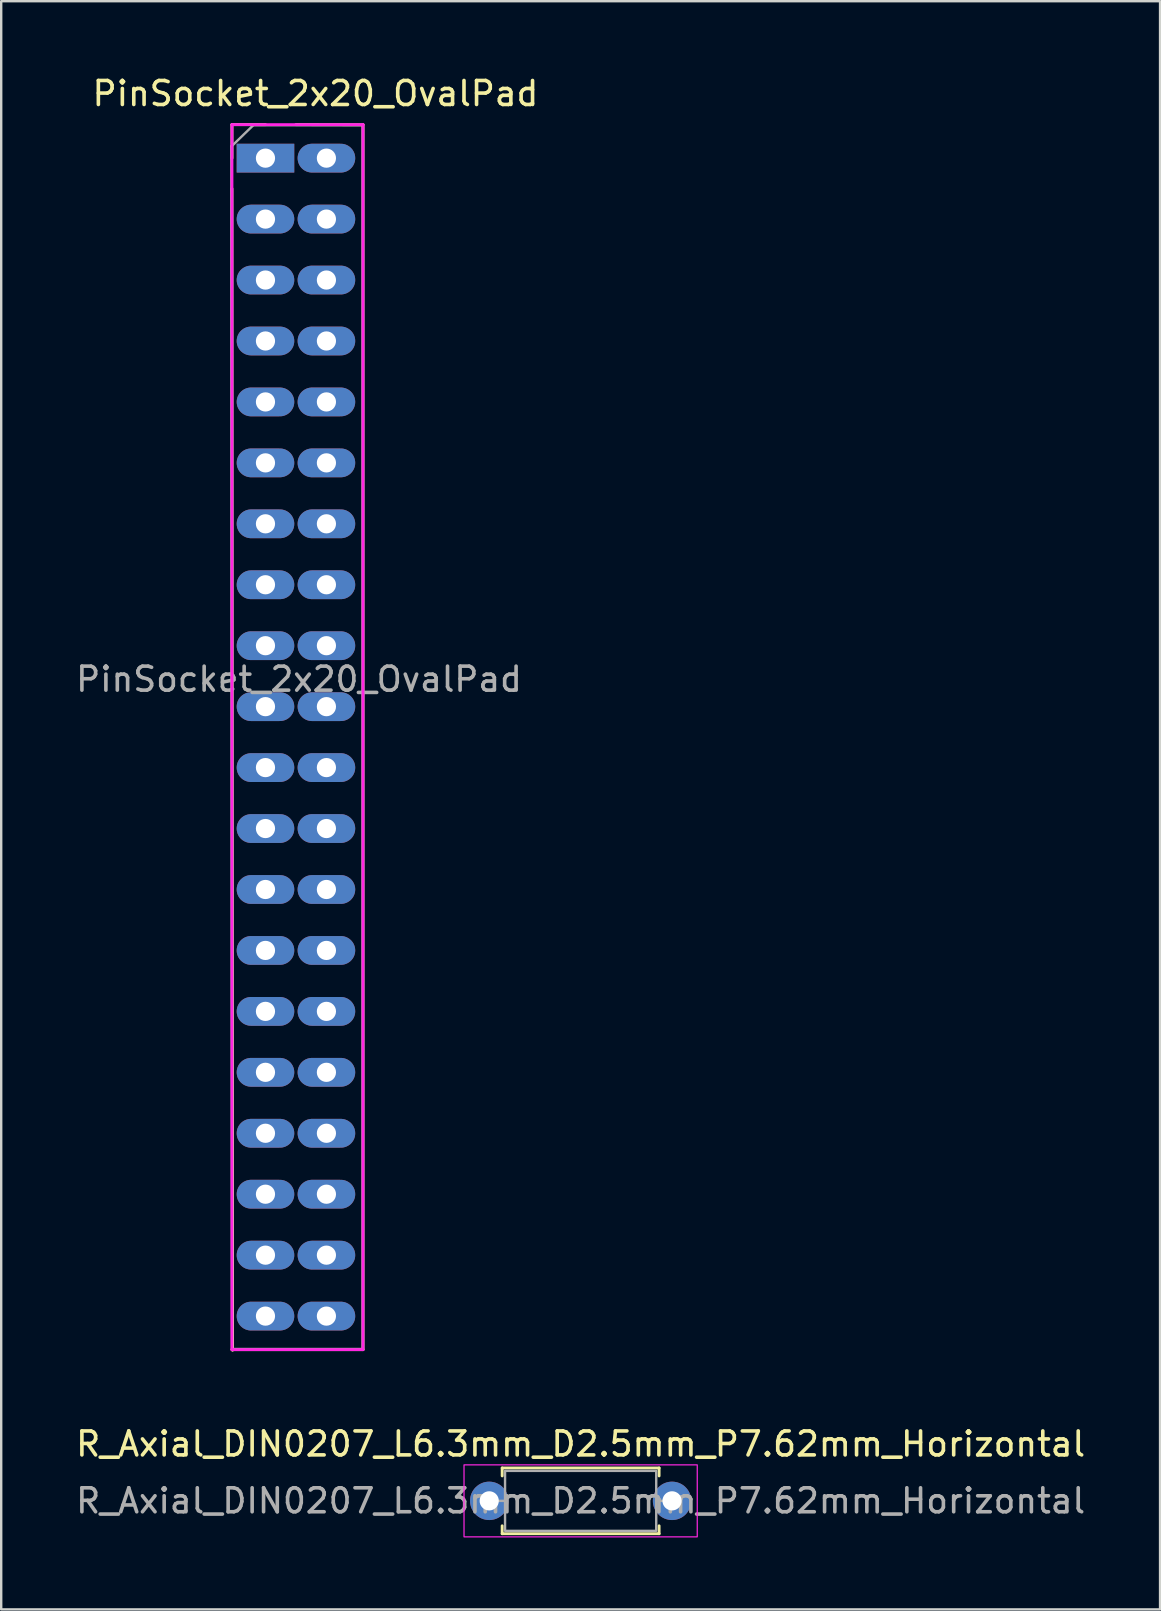
<source format=kicad_pcb>
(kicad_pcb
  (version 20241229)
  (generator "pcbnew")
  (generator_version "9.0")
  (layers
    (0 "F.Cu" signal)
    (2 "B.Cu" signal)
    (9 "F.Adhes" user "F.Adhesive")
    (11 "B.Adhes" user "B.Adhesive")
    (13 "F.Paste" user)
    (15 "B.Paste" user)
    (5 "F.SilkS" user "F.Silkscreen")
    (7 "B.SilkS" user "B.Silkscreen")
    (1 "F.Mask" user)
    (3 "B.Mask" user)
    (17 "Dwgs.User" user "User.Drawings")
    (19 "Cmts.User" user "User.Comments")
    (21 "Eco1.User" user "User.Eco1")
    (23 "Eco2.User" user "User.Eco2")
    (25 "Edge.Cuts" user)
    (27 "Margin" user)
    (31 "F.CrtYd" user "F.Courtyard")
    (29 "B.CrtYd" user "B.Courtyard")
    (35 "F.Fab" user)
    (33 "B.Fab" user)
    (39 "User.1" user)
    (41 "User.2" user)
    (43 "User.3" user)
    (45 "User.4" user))
  (footprint "PinSocket_2x20_OvalPad"
    (layer "F.Cu")
    (at 8.014 3.541)
    (property "Reference" "PinSocket_2x20_OvalPad" (at 2.083 -2.692 0) (layer "F.SilkS") (effects (font (size 1 1) (thickness 0.15))))
    (attr through_hole allow_missing_courtyard)
    (fp_line (start -1.397 -1.397) (end 0 -1.397) (stroke (width 0.12) (type solid)) (layer "F.SilkS"))
    (fp_line (start -1.397 0) (end -1.397 -1.397) (stroke (width 0.12) (type solid)) (layer "F.SilkS"))
    (fp_line (start -1.397 1.27) (end -1.372 49.682) (stroke (width 0.12) (type solid)) (layer "F.SilkS"))
    (fp_line (start -1.397 49.657) (end 4.064 49.657) (stroke (width 0.12) (type solid)) (layer "F.SilkS"))
    (fp_line (start 4.064 -1.397) (end 4.064 49.657) (stroke (width 0.12) (type solid)) (layer "F.SilkS"))
    (fp_line (start 4.064 -1.391) (end 1.27 -1.397) (stroke (width 0.12) (type solid)) (layer "F.SilkS"))
    (fp_line (start -1.397 -1.397) (end -1.397 49.657) (stroke (width 0.12) (type solid)) (layer "F.CrtYd"))
    (fp_line (start -1.397 49.657) (end 4.064 49.657) (stroke (width 0.12) (type solid)) (layer "F.CrtYd"))
    (fp_line (start 4.064 -1.397) (end -1.397 -1.397) (stroke (width 0.12) (type solid)) (layer "F.CrtYd"))
    (fp_line (start 4.064 49.657) (end 4.064 -1.397) (stroke (width 0.12) (type solid)) (layer "F.CrtYd"))
    (fp_line (start -1.422 -0.485) (end -0.508 -1.372) (stroke (width 0.1) (type solid)) (layer "F.Fab"))
    (fp_line (start -1.397 49.632) (end 4.064 49.632) (stroke (width 0.1) (type solid)) (layer "F.Fab"))
    (fp_line (start -1.397 49.632) (end -1.422 -0.508) (stroke (width 0.1) (type solid)) (layer "F.Fab"))
    (fp_line (start 4.064 -1.372) (end -0.508 -1.372) (stroke (width 0.1) (type solid)) (layer "F.Fab"))
    (fp_line (start 4.064 49.632) (end 4.064 -1.321) (stroke (width 0.1) (type solid)) (layer "F.Fab"))
    (fp_text user "${REFERENCE}" (at 1.397 21.717 0) (layer "F.Fab") (effects (font (size 1 1) (thickness 0.15))))
    (pad "1" thru_hole rect (at 0 0) (size 2.4 1.2) (drill 0.8) (layers "*.Cu" "*.Mask"))
    (pad "2" thru_hole oval (at 2.54 0) (size 2.4 1.2) (drill 0.8) (layers "*.Cu" "*.Mask"))
    (pad "3" thru_hole oval (at 0 2.54) (size 2.4 1.2) (drill 0.8) (layers "*.Cu" "*.Mask"))
    (pad "4" thru_hole oval (at 2.54 2.54) (size 2.4 1.2) (drill 0.8) (layers "*.Cu" "*.Mask"))
    (pad "5" thru_hole oval (at 0 5.08) (size 2.4 1.2) (drill 0.8) (layers "*.Cu" "*.Mask"))
    (pad "6" thru_hole oval (at 2.54 5.08) (size 2.4 1.2) (drill 0.8) (layers "*.Cu" "*.Mask"))
    (pad "7" thru_hole oval (at 0 7.62) (size 2.4 1.2) (drill 0.8) (layers "*.Cu" "*.Mask"))
    (pad "8" thru_hole oval (at 2.54 7.62) (size 2.4 1.2) (drill 0.8) (layers "*.Cu" "*.Mask"))
    (pad "9" thru_hole oval (at 0 10.16) (size 2.4 1.2) (drill 0.8) (layers "*.Cu" "*.Mask"))
    (pad "10" thru_hole oval (at 2.54 10.16) (size 2.4 1.2) (drill 0.8) (layers "*.Cu" "*.Mask"))
    (pad "11" thru_hole oval (at 0 12.7) (size 2.4 1.2) (drill 0.8) (layers "*.Cu" "*.Mask"))
    (pad "12" thru_hole oval (at 2.54 12.7) (size 2.4 1.2) (drill 0.8) (layers "*.Cu" "*.Mask"))
    (pad "13" thru_hole oval (at 0 15.24) (size 2.4 1.2) (drill 0.8) (layers "*.Cu" "*.Mask"))
    (pad "14" thru_hole oval (at 2.54 15.24) (size 2.4 1.2) (drill 0.8) (layers "*.Cu" "*.Mask"))
    (pad "15" thru_hole oval (at 0 17.78) (size 2.4 1.2) (drill 0.8) (layers "*.Cu" "*.Mask"))
    (pad "16" thru_hole oval (at 2.54 17.78) (size 2.4 1.2) (drill 0.8) (layers "*.Cu" "*.Mask"))
    (pad "17" thru_hole oval (at 0 20.32) (size 2.4 1.2) (drill 0.8) (layers "*.Cu" "*.Mask"))
    (pad "18" thru_hole oval (at 2.54 20.32) (size 2.4 1.2) (drill 0.8) (layers "*.Cu" "*.Mask"))
    (pad "19" thru_hole oval (at 0 22.86) (size 2.4 1.2) (drill 0.8) (layers "*.Cu" "*.Mask"))
    (pad "20" thru_hole oval (at 2.54 22.86) (size 2.4 1.2) (drill 0.8) (layers "*.Cu" "*.Mask"))
    (pad "21" thru_hole oval (at 0 25.4) (size 2.4 1.2) (drill 0.8) (layers "*.Cu" "*.Mask"))
    (pad "22" thru_hole oval (at 2.54 25.4) (size 2.4 1.2) (drill 0.8) (layers "*.Cu" "*.Mask"))
    (pad "23" thru_hole oval (at 0 27.94) (size 2.4 1.2) (drill 0.8) (layers "*.Cu" "*.Mask"))
    (pad "24" thru_hole oval (at 2.54 27.94) (size 2.4 1.2) (drill 0.8) (layers "*.Cu" "*.Mask"))
    (pad "25" thru_hole oval (at 0 30.48) (size 2.4 1.2) (drill 0.8) (layers "*.Cu" "*.Mask"))
    (pad "26" thru_hole oval (at 2.54 30.48) (size 2.4 1.2) (drill 0.8) (layers "*.Cu" "*.Mask"))
    (pad "27" thru_hole oval (at 0 33.02) (size 2.4 1.2) (drill 0.8) (layers "*.Cu" "*.Mask"))
    (pad "28" thru_hole oval (at 2.54 33.02) (size 2.4 1.2) (drill 0.8) (layers "*.Cu" "*.Mask"))
    (pad "29" thru_hole oval (at 0 35.56) (size 2.4 1.2) (drill 0.8) (layers "*.Cu" "*.Mask"))
    (pad "30" thru_hole oval (at 2.54 35.56) (size 2.4 1.2) (drill 0.8) (layers "*.Cu" "*.Mask"))
    (pad "31" thru_hole oval (at 0 38.1) (size 2.4 1.2) (drill 0.8) (layers "*.Cu" "*.Mask"))
    (pad "32" thru_hole oval (at 2.54 38.1) (size 2.4 1.2) (drill 0.8) (layers "*.Cu" "*.Mask"))
    (pad "33" thru_hole oval (at 0 40.64) (size 2.4 1.2) (drill 0.8) (layers "*.Cu" "*.Mask"))
    (pad "34" thru_hole oval (at 2.54 40.64) (size 2.4 1.2) (drill 0.8) (layers "*.Cu" "*.Mask"))
    (pad "35" thru_hole oval (at 0 43.18) (size 2.4 1.2) (drill 0.8) (layers "*.Cu" "*.Mask"))
    (pad "36" thru_hole oval (at 2.54 43.18) (size 2.4 1.2) (drill 0.8) (layers "*.Cu" "*.Mask"))
    (pad "37" thru_hole oval (at 0 45.72) (size 2.4 1.2) (drill 0.8) (layers "*.Cu" "*.Mask"))
    (pad "38" thru_hole oval (at 2.54 45.72) (size 2.4 1.2) (drill 0.8) (layers "*.Cu" "*.Mask"))
    (pad "39" thru_hole oval (at 0 48.26) (size 2.4 1.2) (drill 0.8) (layers "*.Cu" "*.Mask"))
    (pad "40" thru_hole oval (at 2.54 48.26) (size 2.4 1.2) (drill 0.8) (layers "*.Cu" "*.Mask")))
  (footprint "R_Axial_DIN0207_L6.3mm_D2.5mm_P7.62mm_Horizontal"
    (layer "F.Cu")
    (at 17.339 59.501)
    (property "Reference" "R_Axial_DIN0207_L6.3mm_D2.5mm_P7.62mm_Horizontal" (at 3.81 -2.37 0) (layer "F.SilkS") (effects (font (size 1 1) (thickness 0.15))))
    (attr through_hole)
    (fp_line (start 0.54 -1.37) (end 7.08 -1.37) (stroke (width 0.12) (type solid)) (layer "F.SilkS"))
    (fp_line (start 0.54 -1.04) (end 0.54 -1.37) (stroke (width 0.12) (type solid)) (layer "F.SilkS"))
    (fp_line (start 0.54 1.04) (end 0.54 1.37) (stroke (width 0.12) (type solid)) (layer "F.SilkS"))
    (fp_line (start 0.54 1.37) (end 7.08 1.37) (stroke (width 0.12) (type solid)) (layer "F.SilkS"))
    (fp_line (start 7.08 -1.37) (end 7.08 -1.04) (stroke (width 0.12) (type solid)) (layer "F.SilkS"))
    (fp_line (start 7.08 1.37) (end 7.08 1.04) (stroke (width 0.12) (type solid)) (layer "F.SilkS"))
    (fp_rect (start -1.05 -1.5) (end 8.67 1.5) (stroke (width 0.05) (type solid)) (fill no) (layer "F.CrtYd"))
    (fp_line (start 0 0) (end 0.66 0) (stroke (width 0.1) (type solid)) (layer "F.Fab"))
    (fp_line (start 7.62 0) (end 6.96 0) (stroke (width 0.1) (type solid)) (layer "F.Fab"))
    (fp_rect (start 0.66 -1.25) (end 6.96 1.25) (stroke (width 0.1) (type solid)) (fill no) (layer "F.Fab"))
    (fp_text user "${REFERENCE}" (at 3.81 0 0) (layer "F.Fab") (effects (font (size 1 1) (thickness 0.15))))
    (pad "1" thru_hole circle (at 0 0) (size 1.6 1.6) (drill 0.8) (layers "*.Cu" "*.Mask"))
    (pad "2" thru_hole circle (at 7.62 0) (size 1.6 1.6) (drill 0.8) (layers "*.Cu" "*.Mask")))
  (gr_rect
    (start -3 -3)
    (end 45.298 64.026)
    (stroke (width 0.1) (type default))
    (fill no)
    (layer "Edge.Cuts")))
</source>
